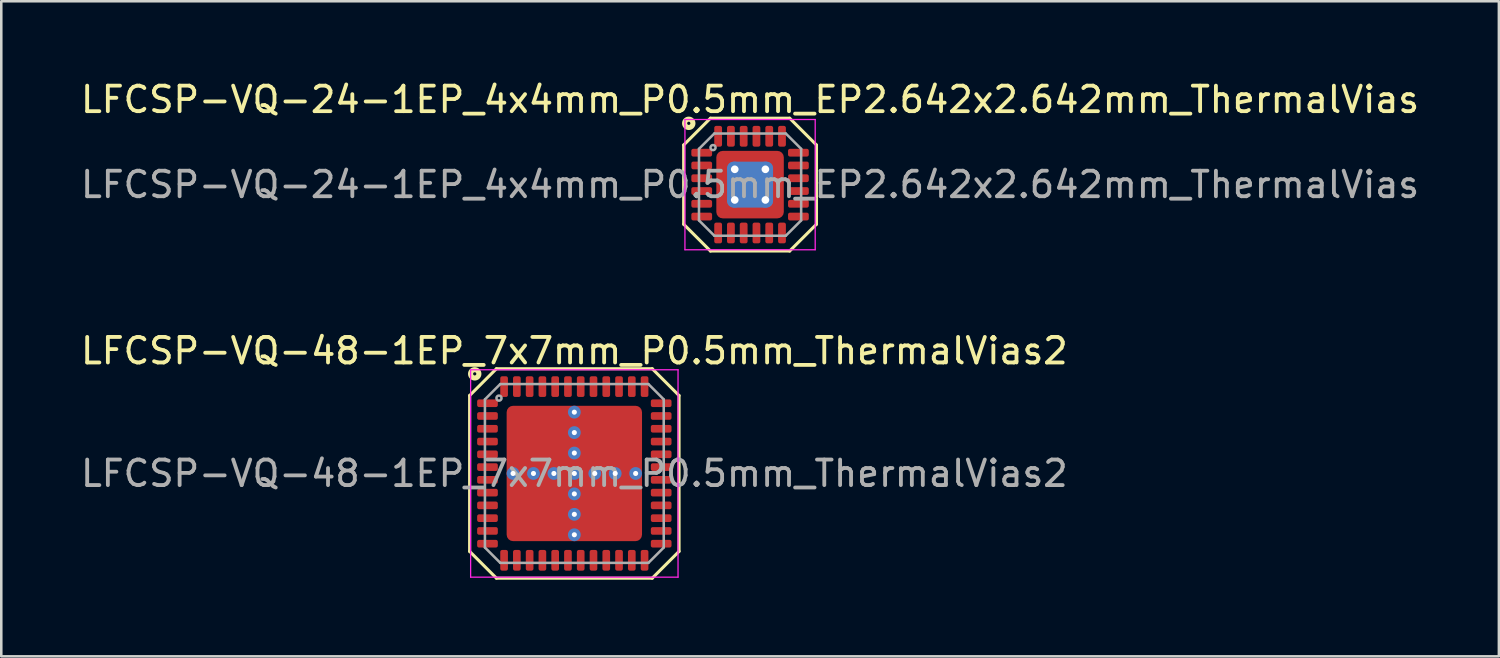
<source format=kicad_pcb>
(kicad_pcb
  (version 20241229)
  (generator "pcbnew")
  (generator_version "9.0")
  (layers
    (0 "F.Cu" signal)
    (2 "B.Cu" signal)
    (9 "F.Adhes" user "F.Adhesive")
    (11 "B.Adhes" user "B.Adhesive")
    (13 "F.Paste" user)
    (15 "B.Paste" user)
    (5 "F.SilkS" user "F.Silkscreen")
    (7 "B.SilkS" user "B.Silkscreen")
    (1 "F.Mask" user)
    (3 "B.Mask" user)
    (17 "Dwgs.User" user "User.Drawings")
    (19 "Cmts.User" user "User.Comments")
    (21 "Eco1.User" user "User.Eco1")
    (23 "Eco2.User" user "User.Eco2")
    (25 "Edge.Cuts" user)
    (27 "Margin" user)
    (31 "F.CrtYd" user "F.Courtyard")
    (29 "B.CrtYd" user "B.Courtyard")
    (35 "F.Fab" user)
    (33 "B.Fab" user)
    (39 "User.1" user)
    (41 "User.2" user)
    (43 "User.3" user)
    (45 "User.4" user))
  (footprint "LFCSP-VQ-48-1EP_7x7mm_P0.5mm_ThermalVias2"
    (layer "F.Cu")
    (at 19.435 15.486)
    (property "Reference" "LFCSP-VQ-48-1EP_7x7mm_P0.5mm_ThermalVias2" (at 0 -4.8 0) (layer "F.SilkS") (effects (font (size 1 1) (thickness 0.15))))
    (attr smd)
    (fp_line (start -4.1 -3.05) (end -4.1 3.05) (stroke (width 0.12) (type solid)) (layer "F.SilkS"))
    (fp_line (start -4.1 -3.05) (end -3.05 -4.1) (stroke (width 0.12) (type solid)) (layer "F.SilkS"))
    (fp_line (start -4.1 3.05) (end -3.05 4.1) (stroke (width 0.12) (type solid)) (layer "F.SilkS"))
    (fp_line (start -3.05 -4.1) (end 3.05 -4.1) (stroke (width 0.12) (type solid)) (layer "F.SilkS"))
    (fp_line (start 3.05 4.1) (end -3.05 4.1) (stroke (width 0.12) (type solid)) (layer "F.SilkS"))
    (fp_line (start 4.1 -3.05) (end 3.05 -4.1) (stroke (width 0.12) (type solid)) (layer "F.SilkS"))
    (fp_line (start 4.1 3.05) (end 3.05 4.1) (stroke (width 0.12) (type solid)) (layer "F.SilkS"))
    (fp_line (start 4.1 3.05) (end 4.1 -3.05) (stroke (width 0.12) (type solid)) (layer "F.SilkS"))
    (fp_circle (center -3.9 -3.9) (end -3.837 -3.9) (stroke (width 0.2) (type solid)) (fill no) (layer "F.SilkS"))
    (fp_line (start -4.06 -4.06) (end 4.06 -4.06) (stroke (width 0.05) (type solid)) (layer "F.CrtYd"))
    (fp_line (start -4.06 4.06) (end -4.06 -4.06) (stroke (width 0.05) (type solid)) (layer "F.CrtYd"))
    (fp_line (start 4.06 -4.06) (end 4.06 4.06) (stroke (width 0.05) (type solid)) (layer "F.CrtYd"))
    (fp_line (start 4.06 4.06) (end -4.06 4.06) (stroke (width 0.05) (type solid)) (layer "F.CrtYd"))
    (fp_line (start -3.5 -2.9) (end -2.9 -3.5) (stroke (width 0.1) (type solid)) (layer "F.Fab"))
    (fp_line (start -3.5 2.9) (end -3.5 -2.9) (stroke (width 0.1) (type solid)) (layer "F.Fab"))
    (fp_line (start -2.9 -3.5) (end 2.9 -3.5) (stroke (width 0.1) (type solid)) (layer "F.Fab"))
    (fp_line (start -2.9 3.5) (end -3.5 2.9) (stroke (width 0.1) (type solid)) (layer "F.Fab"))
    (fp_line (start 2.9 -3.5) (end 3.5 -2.9) (stroke (width 0.1) (type solid)) (layer "F.Fab"))
    (fp_line (start 2.9 3.5) (end -2.9 3.5) (stroke (width 0.1) (type solid)) (layer "F.Fab"))
    (fp_line (start 2.9 3.5) (end 3.5 2.9) (stroke (width 0.1) (type solid)) (layer "F.Fab"))
    (fp_line (start 3.5 -2.9) (end 3.5 2.9) (stroke (width 0.1) (type solid)) (layer "F.Fab"))
    (fp_circle (center -2.95 -2.95) (end -2.85 -2.95) (stroke (width 0.1) (type solid)) (fill no) (layer "F.Fab"))
    (fp_text user "${REFERENCE}" (at 0 0 0) (layer "F.Fab") (effects (font (size 1 1) (thickness 0.15))))
    (pad "" smd roundrect (at -1.975 -1.975) (size 0.85 0.85) (layers "F.Paste") (roundrect_rratio 0.25))
    (pad "" smd roundrect (at -1.975 -0.825) (size 0.85 0.85) (layers "F.Paste") (roundrect_rratio 0.25))
    (pad "" smd roundrect (at -1.975 0.825) (size 0.85 0.85) (layers "F.Paste") (roundrect_rratio 0.25))
    (pad "" smd roundrect (at -1.975 1.975) (size 0.85 0.85) (layers "F.Paste") (roundrect_rratio 0.25))
    (pad "" smd roundrect (at -1.4 -1.4) (size 2.3 2.3) (layers "F.Mask") (roundrect_rratio 0.109))
    (pad "" smd roundrect (at -1.4 1.4) (size 2.3 2.3) (layers "F.Mask") (roundrect_rratio 0.109))
    (pad "" smd roundrect (at -0.825 -1.975) (size 0.85 0.85) (layers "F.Paste") (roundrect_rratio 0.25))
    (pad "" smd roundrect (at -0.825 -0.825) (size 0.85 0.85) (layers "F.Paste") (roundrect_rratio 0.25))
    (pad "" smd roundrect (at -0.825 0.825) (size 0.85 0.85) (layers "F.Paste") (roundrect_rratio 0.25))
    (pad "" smd roundrect (at -0.825 1.975) (size 0.85 0.85) (layers "F.Paste") (roundrect_rratio 0.25))
    (pad "" smd roundrect (at 0.825 -1.975) (size 0.85 0.85) (layers "F.Paste") (roundrect_rratio 0.25))
    (pad "" smd roundrect (at 0.825 -0.825) (size 0.85 0.85) (layers "F.Paste") (roundrect_rratio 0.25))
    (pad "" smd roundrect (at 0.825 0.825) (size 0.85 0.85) (layers "F.Paste") (roundrect_rratio 0.25))
    (pad "" smd roundrect (at 0.825 1.975) (size 0.85 0.85) (layers "F.Paste") (roundrect_rratio 0.25))
    (pad "" smd roundrect (at 1.4 -1.4) (size 2.3 2.3) (layers "F.Mask") (roundrect_rratio 0.109))
    (pad "" smd roundrect (at 1.4 1.4) (size 2.3 2.3) (layers "F.Mask") (roundrect_rratio 0.109))
    (pad "" smd roundrect (at 1.975 -1.975) (size 0.85 0.85) (layers "F.Paste") (roundrect_rratio 0.25))
    (pad "" smd roundrect (at 1.975 -0.825) (size 0.85 0.85) (layers "F.Paste") (roundrect_rratio 0.25))
    (pad "" smd roundrect (at 1.975 0.825) (size 0.85 0.85) (layers "F.Paste") (roundrect_rratio 0.25))
    (pad "" smd roundrect (at 1.975 1.975) (size 0.85 0.85) (layers "F.Paste") (roundrect_rratio 0.25))
    (pad "1" smd roundrect (at -3.4 -2.75) (size 0.81 0.3) (layers "F.Cu" "F.Mask" "F.Paste") (roundrect_rratio 0.25))
    (pad "2" smd roundrect (at -3.4 -2.25) (size 0.81 0.3) (layers "F.Cu" "F.Mask" "F.Paste") (roundrect_rratio 0.25))
    (pad "3" smd roundrect (at -3.4 -1.75) (size 0.81 0.3) (layers "F.Cu" "F.Mask" "F.Paste") (roundrect_rratio 0.25))
    (pad "4" smd roundrect (at -3.4 -1.25) (size 0.81 0.3) (layers "F.Cu" "F.Mask" "F.Paste") (roundrect_rratio 0.25))
    (pad "5" smd roundrect (at -3.4 -0.75) (size 0.81 0.3) (layers "F.Cu" "F.Mask" "F.Paste") (roundrect_rratio 0.25))
    (pad "6" smd roundrect (at -3.4 -0.25) (size 0.81 0.3) (layers "F.Cu" "F.Mask" "F.Paste") (roundrect_rratio 0.25))
    (pad "7" smd roundrect (at -3.4 0.25) (size 0.81 0.3) (layers "F.Cu" "F.Mask" "F.Paste") (roundrect_rratio 0.25))
    (pad "8" smd roundrect (at -3.4 0.75) (size 0.81 0.3) (layers "F.Cu" "F.Mask" "F.Paste") (roundrect_rratio 0.25))
    (pad "9" smd roundrect (at -3.4 1.25) (size 0.81 0.3) (layers "F.Cu" "F.Mask" "F.Paste") (roundrect_rratio 0.25))
    (pad "10" smd roundrect (at -3.4 1.75) (size 0.81 0.3) (layers "F.Cu" "F.Mask" "F.Paste") (roundrect_rratio 0.25))
    (pad "11" smd roundrect (at -3.4 2.25) (size 0.81 0.3) (layers "F.Cu" "F.Mask" "F.Paste") (roundrect_rratio 0.25))
    (pad "12" smd roundrect (at -3.4 2.75) (size 0.81 0.3) (layers "F.Cu" "F.Mask" "F.Paste") (roundrect_rratio 0.25))
    (pad "13" smd roundrect (at -2.75 3.4) (size 0.3 0.81) (layers "F.Cu" "F.Mask" "F.Paste") (roundrect_rratio 0.25))
    (pad "14" smd roundrect (at -2.25 3.4) (size 0.3 0.81) (layers "F.Cu" "F.Mask" "F.Paste") (roundrect_rratio 0.25))
    (pad "15" smd roundrect (at -1.75 3.4) (size 0.3 0.81) (layers "F.Cu" "F.Mask" "F.Paste") (roundrect_rratio 0.25))
    (pad "16" smd roundrect (at -1.25 3.4) (size 0.3 0.81) (layers "F.Cu" "F.Mask" "F.Paste") (roundrect_rratio 0.25))
    (pad "17" smd roundrect (at -0.75 3.4) (size 0.3 0.81) (layers "F.Cu" "F.Mask" "F.Paste") (roundrect_rratio 0.25))
    (pad "18" smd roundrect (at -0.25 3.4) (size 0.3 0.81) (layers "F.Cu" "F.Mask" "F.Paste") (roundrect_rratio 0.25))
    (pad "19" smd roundrect (at 0.25 3.4) (size 0.3 0.81) (layers "F.Cu" "F.Mask" "F.Paste") (roundrect_rratio 0.25))
    (pad "20" smd roundrect (at 0.75 3.4) (size 0.3 0.81) (layers "F.Cu" "F.Mask" "F.Paste") (roundrect_rratio 0.25))
    (pad "21" smd roundrect (at 1.25 3.4) (size 0.3 0.81) (layers "F.Cu" "F.Mask" "F.Paste") (roundrect_rratio 0.25))
    (pad "22" smd roundrect (at 1.75 3.4) (size 0.3 0.81) (layers "F.Cu" "F.Mask" "F.Paste") (roundrect_rratio 0.25))
    (pad "23" smd roundrect (at 2.25 3.4) (size 0.3 0.81) (layers "F.Cu" "F.Mask" "F.Paste") (roundrect_rratio 0.25))
    (pad "24" smd roundrect (at 2.75 3.4) (size 0.3 0.81) (layers "F.Cu" "F.Mask" "F.Paste") (roundrect_rratio 0.25))
    (pad "25" smd roundrect (at 3.4 2.75) (size 0.81 0.3) (layers "F.Cu" "F.Mask" "F.Paste") (roundrect_rratio 0.25))
    (pad "26" smd roundrect (at 3.4 2.25) (size 0.81 0.3) (layers "F.Cu" "F.Mask" "F.Paste") (roundrect_rratio 0.25))
    (pad "27" smd roundrect (at 3.4 1.75) (size 0.81 0.3) (layers "F.Cu" "F.Mask" "F.Paste") (roundrect_rratio 0.25))
    (pad "28" smd roundrect (at 3.4 1.25) (size 0.81 0.3) (layers "F.Cu" "F.Mask" "F.Paste") (roundrect_rratio 0.25))
    (pad "29" smd roundrect (at 3.4 0.75) (size 0.81 0.3) (layers "F.Cu" "F.Mask" "F.Paste") (roundrect_rratio 0.25))
    (pad "30" smd roundrect (at 3.4 0.25) (size 0.81 0.3) (layers "F.Cu" "F.Mask" "F.Paste") (roundrect_rratio 0.25))
    (pad "31" smd roundrect (at 3.4 -0.25) (size 0.81 0.3) (layers "F.Cu" "F.Mask" "F.Paste") (roundrect_rratio 0.25))
    (pad "32" smd roundrect (at 3.4 -0.75) (size 0.81 0.3) (layers "F.Cu" "F.Mask" "F.Paste") (roundrect_rratio 0.25))
    (pad "33" smd roundrect (at 3.4 -1.25) (size 0.81 0.3) (layers "F.Cu" "F.Mask" "F.Paste") (roundrect_rratio 0.25))
    (pad "34" smd roundrect (at 3.4 -1.75) (size 0.81 0.3) (layers "F.Cu" "F.Mask" "F.Paste") (roundrect_rratio 0.25))
    (pad "35" smd roundrect (at 3.4 -2.25) (size 0.81 0.3) (layers "F.Cu" "F.Mask" "F.Paste") (roundrect_rratio 0.25))
    (pad "36" smd roundrect (at 3.4 -2.75) (size 0.81 0.3) (layers "F.Cu" "F.Mask" "F.Paste") (roundrect_rratio 0.25))
    (pad "37" smd roundrect (at 2.75 -3.4) (size 0.3 0.81) (layers "F.Cu" "F.Mask" "F.Paste") (roundrect_rratio 0.25))
    (pad "38" smd roundrect (at 2.25 -3.4) (size 0.3 0.81) (layers "F.Cu" "F.Mask" "F.Paste") (roundrect_rratio 0.25))
    (pad "39" smd roundrect (at 1.75 -3.4) (size 0.3 0.81) (layers "F.Cu" "F.Mask" "F.Paste") (roundrect_rratio 0.25))
    (pad "40" smd roundrect (at 1.25 -3.4) (size 0.3 0.81) (layers "F.Cu" "F.Mask" "F.Paste") (roundrect_rratio 0.25))
    (pad "41" smd roundrect (at 0.75 -3.4) (size 0.3 0.81) (layers "F.Cu" "F.Mask" "F.Paste") (roundrect_rratio 0.25))
    (pad "42" smd roundrect (at 0.25 -3.4) (size 0.3 0.81) (layers "F.Cu" "F.Mask" "F.Paste") (roundrect_rratio 0.25))
    (pad "43" smd roundrect (at -0.25 -3.4) (size 0.3 0.81) (layers "F.Cu" "F.Mask" "F.Paste") (roundrect_rratio 0.25))
    (pad "44" smd roundrect (at -0.75 -3.4) (size 0.3 0.81) (layers "F.Cu" "F.Mask" "F.Paste") (roundrect_rratio 0.25))
    (pad "45" smd roundrect (at -1.25 -3.4) (size 0.3 0.81) (layers "F.Cu" "F.Mask" "F.Paste") (roundrect_rratio 0.25))
    (pad "46" smd roundrect (at -1.75 -3.4) (size 0.3 0.81) (layers "F.Cu" "F.Mask" "F.Paste") (roundrect_rratio 0.25))
    (pad "47" smd roundrect (at -2.25 -3.4) (size 0.3 0.81) (layers "F.Cu" "F.Mask" "F.Paste") (roundrect_rratio 0.25))
    (pad "48" smd roundrect (at -2.75 -3.4) (size 0.3 0.81) (layers "F.Cu" "F.Mask" "F.Paste") (roundrect_rratio 0.25))
    (pad "49" thru_hole circle (at -2.4 0) (size 0.5 0.5) (drill 0.2) (property pad_prop_heatsink) (layers "*.Cu" "*.Mask"))
    (pad "49" thru_hole circle (at -1.6 0) (size 0.5 0.5) (drill 0.2) (property pad_prop_heatsink) (layers "*.Cu" "*.Mask"))
    (pad "49" thru_hole circle (at -0.8 0) (size 0.5 0.5) (drill 0.2) (property pad_prop_heatsink) (layers "*.Cu" "*.Mask"))
    (pad "49" thru_hole circle (at 0 -2.4) (size 0.5 0.5) (drill 0.2) (property pad_prop_heatsink) (layers "*.Cu" "*.Mask"))
    (pad "49" thru_hole circle (at 0 -1.6) (size 0.5 0.5) (drill 0.2) (property pad_prop_heatsink) (layers "*.Cu" "*.Mask"))
    (pad "49" thru_hole circle (at 0 -0.8) (size 0.5 0.5) (drill 0.2) (property pad_prop_heatsink) (layers "*.Cu" "*.Mask"))
    (pad "49" thru_hole circle (at 0 0) (size 0.5 0.5) (drill 0.2) (property pad_prop_heatsink) (layers "*.Cu" "*.Mask"))
    (pad "49" smd roundrect (at 0 0) (size 5.3 5.3) (layers "F.Cu") (roundrect_rratio 0.048))
    (pad "49" thru_hole circle (at 0 0.8) (size 0.5 0.5) (drill 0.2) (property pad_prop_heatsink) (layers "*.Cu" "*.Mask"))
    (pad "49" thru_hole circle (at 0 1.6) (size 0.5 0.5) (drill 0.2) (property pad_prop_heatsink) (layers "*.Cu" "*.Mask"))
    (pad "49" thru_hole circle (at 0 2.4) (size 0.5 0.5) (drill 0.2) (property pad_prop_heatsink) (layers "*.Cu" "*.Mask"))
    (pad "49" thru_hole circle (at 0.8 0) (size 0.5 0.5) (drill 0.2) (property pad_prop_heatsink) (layers "*.Cu" "*.Mask"))
    (pad "49" thru_hole circle (at 1.6 0) (size 0.5 0.5) (drill 0.2) (property pad_prop_heatsink) (layers "*.Cu" "*.Mask"))
    (pad "49" thru_hole circle (at 2.4 0) (size 0.5 0.5) (drill 0.2) (property pad_prop_heatsink) (layers "*.Cu" "*.Mask")))
  (footprint "LFCSP-VQ-24-1EP_4x4mm_P0.5mm_EP2.642x2.642mm_ThermalVias"
    (layer "F.Cu")
    (at 26.315 4.178)
    (property "Reference" "LFCSP-VQ-24-1EP_4x4mm_P0.5mm_EP2.642x2.642mm_ThermalVias" (at 0 -3.33 0) (layer "F.SilkS") (effects (font (size 1 1) (thickness 0.15))))
    (attr smd)
    (fp_line (start -2.6 1.55) (end -2.6 -1.55) (stroke (width 0.12) (type solid)) (layer "F.SilkS"))
    (fp_line (start -1.55 -2.6) (end -2.6 -1.55) (stroke (width 0.12) (type solid)) (layer "F.SilkS"))
    (fp_line (start -1.55 -2.6) (end 1.55 -2.6) (stroke (width 0.12) (type solid)) (layer "F.SilkS"))
    (fp_line (start -1.55 2.6) (end -2.6 1.55) (stroke (width 0.12) (type solid)) (layer "F.SilkS"))
    (fp_line (start -1.55 2.6) (end 1.55 2.6) (stroke (width 0.12) (type solid)) (layer "F.SilkS"))
    (fp_line (start 1.55 -2.6) (end 2.6 -1.55) (stroke (width 0.12) (type solid)) (layer "F.SilkS"))
    (fp_line (start 1.55 2.6) (end 2.6 1.55) (stroke (width 0.12) (type solid)) (layer "F.SilkS"))
    (fp_line (start 2.6 -1.55) (end 2.6 1.55) (stroke (width 0.12) (type solid)) (layer "F.SilkS"))
    (fp_circle (center -2.4 -2.4) (end -2.337 -2.4) (stroke (width 0.2) (type solid)) (fill no) (layer "F.SilkS"))
    (fp_line (start -2.55 -2.55) (end -2.55 2.55) (stroke (width 0.05) (type solid)) (layer "F.CrtYd"))
    (fp_line (start -2.55 -2.55) (end 2.55 -2.55) (stroke (width 0.05) (type solid)) (layer "F.CrtYd"))
    (fp_line (start -2.55 2.55) (end 2.55 2.55) (stroke (width 0.05) (type solid)) (layer "F.CrtYd"))
    (fp_line (start 2.55 -2.55) (end 2.55 2.55) (stroke (width 0.05) (type solid)) (layer "F.CrtYd"))
    (fp_line (start -2 -1.4) (end -1.4 -2) (stroke (width 0.1) (type solid)) (layer "F.Fab"))
    (fp_line (start -2 1.4) (end -2 -1.4) (stroke (width 0.1) (type solid)) (layer "F.Fab"))
    (fp_line (start -2 1.4) (end -1.4 2) (stroke (width 0.1) (type solid)) (layer "F.Fab"))
    (fp_line (start -1.4 -2) (end 1.4 -2) (stroke (width 0.1) (type solid)) (layer "F.Fab"))
    (fp_line (start 1.4 -2) (end 2 -1.4) (stroke (width 0.1) (type solid)) (layer "F.Fab"))
    (fp_line (start 1.4 2) (end -1.4 2) (stroke (width 0.1) (type solid)) (layer "F.Fab"))
    (fp_line (start 1.4 2) (end 2 1.4) (stroke (width 0.1) (type solid)) (layer "F.Fab"))
    (fp_line (start 2 -1.4) (end 2 1.4) (stroke (width 0.1) (type solid)) (layer "F.Fab"))
    (fp_circle (center -1.45 -1.45) (end -1.35 -1.45) (stroke (width 0.1) (type solid)) (fill no) (layer "F.Fab"))
    (fp_text user "${REFERENCE}" (at 0 0 0) (layer "F.Fab") (effects (font (size 1 1) (thickness 0.15))))
    (pad "" smd roundrect (at -0.95 -0.95) (size 0.5 0.5) (layers "F.Paste") (roundrect_rratio 0.25))
    (pad "" smd roundrect (at -0.95 0) (size 0.5 1) (layers "F.Paste") (roundrect_rratio 0.25))
    (pad "" smd roundrect (at -0.95 0.95) (size 0.5 0.5) (layers "F.Paste") (roundrect_rratio 0.25))
    (pad "" smd roundrect (at 0 -0.95) (size 1 0.5) (layers "F.Paste") (roundrect_rratio 0.25))
    (pad "" smd roundrect (at 0 0) (size 1 1) (layers "F.Paste") (roundrect_rratio 0.25))
    (pad "" smd roundrect (at 0 0.95) (size 1 0.5) (layers "F.Paste") (roundrect_rratio 0.25))
    (pad "" smd roundrect (at 0.95 -0.95) (size 0.5 0.5) (layers "F.Paste") (roundrect_rratio 0.25))
    (pad "" smd roundrect (at 0.95 0) (size 0.5 1) (layers "F.Paste") (roundrect_rratio 0.25))
    (pad "" smd roundrect (at 0.95 0.95) (size 0.5 0.5) (layers "F.Paste") (roundrect_rratio 0.25))
    (pad "1" smd roundrect (at -1.893 -1.25) (size 0.813 0.305) (layers "F.Cu" "F.Mask" "F.Paste") (roundrect_rratio 0.25))
    (pad "2" smd roundrect (at -1.893 -0.75) (size 0.813 0.305) (layers "F.Cu" "F.Mask" "F.Paste") (roundrect_rratio 0.25))
    (pad "3" smd roundrect (at -1.893 -0.25) (size 0.813 0.305) (layers "F.Cu" "F.Mask" "F.Paste") (roundrect_rratio 0.25))
    (pad "4" smd roundrect (at -1.893 0.25) (size 0.813 0.305) (layers "F.Cu" "F.Mask" "F.Paste") (roundrect_rratio 0.25))
    (pad "5" smd roundrect (at -1.893 0.75) (size 0.813 0.305) (layers "F.Cu" "F.Mask" "F.Paste") (roundrect_rratio 0.25))
    (pad "6" smd roundrect (at -1.893 1.25) (size 0.813 0.305) (layers "F.Cu" "F.Mask" "F.Paste") (roundrect_rratio 0.25))
    (pad "7" smd roundrect (at -1.25 1.893 90) (size 0.813 0.305) (layers "F.Cu" "F.Mask" "F.Paste") (roundrect_rratio 0.25))
    (pad "8" smd roundrect (at -0.75 1.893 90) (size 0.813 0.305) (layers "F.Cu" "F.Mask" "F.Paste") (roundrect_rratio 0.25))
    (pad "9" smd roundrect (at -0.25 1.893 90) (size 0.813 0.305) (layers "F.Cu" "F.Mask" "F.Paste") (roundrect_rratio 0.25))
    (pad "10" smd roundrect (at 0.25 1.893 90) (size 0.813 0.305) (layers "F.Cu" "F.Mask" "F.Paste") (roundrect_rratio 0.25))
    (pad "11" smd roundrect (at 0.75 1.893 90) (size 0.813 0.305) (layers "F.Cu" "F.Mask" "F.Paste") (roundrect_rratio 0.25))
    (pad "12" smd roundrect (at 1.25 1.893 90) (size 0.813 0.305) (layers "F.Cu" "F.Mask" "F.Paste") (roundrect_rratio 0.25))
    (pad "13" smd roundrect (at 1.893 1.25) (size 0.813 0.305) (layers "F.Cu" "F.Mask" "F.Paste") (roundrect_rratio 0.25))
    (pad "14" smd roundrect (at 1.893 0.75) (size 0.813 0.305) (layers "F.Cu" "F.Mask" "F.Paste") (roundrect_rratio 0.25))
    (pad "15" smd roundrect (at 1.893 0.25) (size 0.813 0.305) (layers "F.Cu" "F.Mask" "F.Paste") (roundrect_rratio 0.25))
    (pad "16" smd roundrect (at 1.893 -0.25) (size 0.813 0.305) (layers "F.Cu" "F.Mask" "F.Paste") (roundrect_rratio 0.25))
    (pad "17" smd roundrect (at 1.893 -0.75) (size 0.813 0.305) (layers "F.Cu" "F.Mask" "F.Paste") (roundrect_rratio 0.25))
    (pad "18" smd roundrect (at 1.893 -1.25) (size 0.813 0.305) (layers "F.Cu" "F.Mask" "F.Paste") (roundrect_rratio 0.25))
    (pad "19" smd roundrect (at 1.25 -1.893 90) (size 0.813 0.305) (layers "F.Cu" "F.Mask" "F.Paste") (roundrect_rratio 0.25))
    (pad "20" smd roundrect (at 0.75 -1.893 90) (size 0.813 0.305) (layers "F.Cu" "F.Mask" "F.Paste") (roundrect_rratio 0.25))
    (pad "21" smd roundrect (at 0.25 -1.893 90) (size 0.813 0.305) (layers "F.Cu" "F.Mask" "F.Paste") (roundrect_rratio 0.25))
    (pad "22" smd roundrect (at -0.25 -1.893 90) (size 0.813 0.305) (layers "F.Cu" "F.Mask" "F.Paste") (roundrect_rratio 0.25))
    (pad "23" smd roundrect (at -0.75 -1.893 90) (size 0.813 0.305) (layers "F.Cu" "F.Mask" "F.Paste") (roundrect_rratio 0.25))
    (pad "24" smd roundrect (at -1.25 -1.893 90) (size 0.813 0.305) (layers "F.Cu" "F.Mask" "F.Paste") (roundrect_rratio 0.25))
    (pad "25" thru_hole circle (at -0.6 -0.6) (size 0.6 0.6) (drill 0.3) (property pad_prop_heatsink) (layers "*.Cu" "*.Mask"))
    (pad "25" thru_hole circle (at -0.6 0.6) (size 0.6 0.6) (drill 0.3) (property pad_prop_heatsink) (layers "*.Cu" "*.Mask"))
    (pad "25" smd roundrect (at 0 0) (size 1.8 1.8) (layers "B.Cu" "B.Mask") (roundrect_rratio 0.139))
    (pad "25" smd roundrect (at 0 0) (size 2.642 2.642) (layers "F.Cu" "F.Mask") (roundrect_rratio 0.095))
    (pad "25" thru_hole circle (at 0.6 -0.6) (size 0.6 0.6) (drill 0.3) (property pad_prop_heatsink) (layers "*.Cu" "*.Mask"))
    (pad "25" thru_hole circle (at 0.6 0.6) (size 0.6 0.6) (drill 0.3) (property pad_prop_heatsink) (layers "*.Cu" "*.Mask")))
  (gr_rect
    (start -3 -3)
    (end 55.631 22.646)
    (stroke (width 0.1) (type default))
    (fill no)
    (layer "Edge.Cuts")))
</source>
